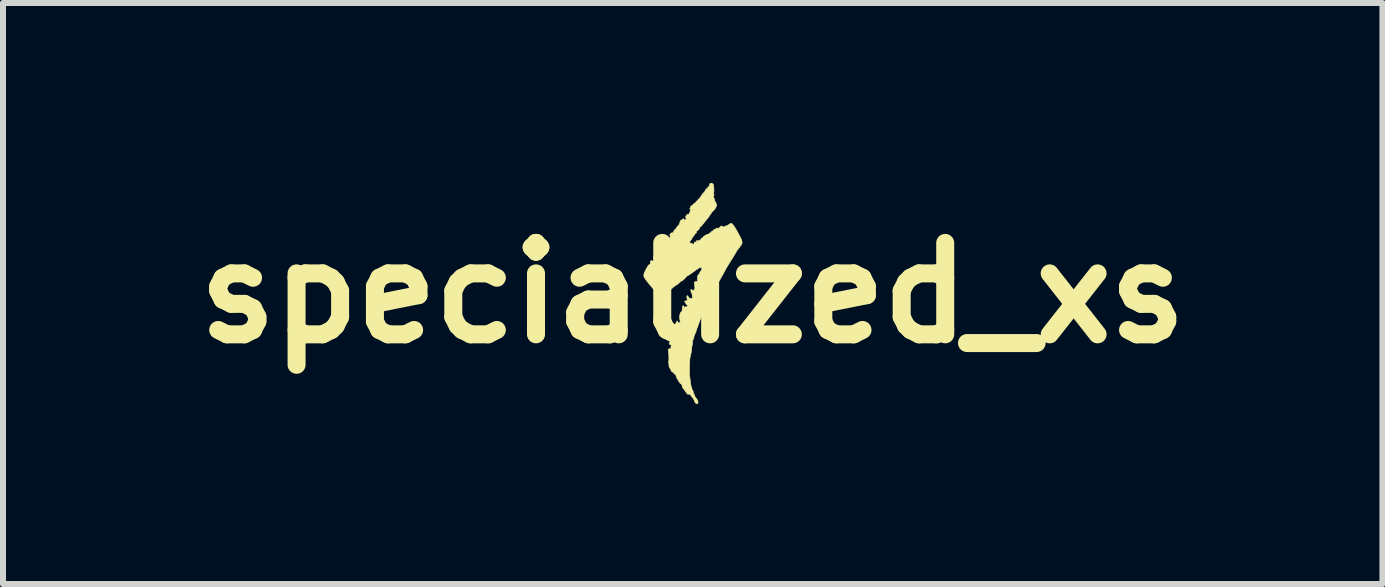
<source format=kicad_pcb>
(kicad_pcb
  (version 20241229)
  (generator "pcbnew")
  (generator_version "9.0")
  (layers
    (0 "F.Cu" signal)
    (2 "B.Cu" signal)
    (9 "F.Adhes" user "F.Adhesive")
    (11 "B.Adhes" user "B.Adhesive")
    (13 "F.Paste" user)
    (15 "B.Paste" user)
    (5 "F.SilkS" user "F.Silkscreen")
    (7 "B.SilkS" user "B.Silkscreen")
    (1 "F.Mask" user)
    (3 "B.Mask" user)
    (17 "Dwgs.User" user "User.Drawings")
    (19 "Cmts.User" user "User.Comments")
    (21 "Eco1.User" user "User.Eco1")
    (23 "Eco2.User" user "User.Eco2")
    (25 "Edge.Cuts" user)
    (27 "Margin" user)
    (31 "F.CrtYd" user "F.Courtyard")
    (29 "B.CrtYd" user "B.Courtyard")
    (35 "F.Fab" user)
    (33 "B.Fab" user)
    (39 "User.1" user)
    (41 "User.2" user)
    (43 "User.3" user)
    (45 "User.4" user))
  (footprint "specialized_xs"
    (layer "F.Cu")
    (at 8.498 1.834)
    (property "Reference" "specialized_xs" (at 0 0 0) (layer "F.SilkS") (effects (font (size 1.524 1.524) (thickness 0.3))))
    (attr through_hole)
    (fp_poly (pts (xy 0.32 -1.829) (xy 0.337 -1.818) (xy 0.346 -1.8) (xy 0.35 -1.776) (xy 0.352 -1.748) (xy 0.353 -1.72) (xy 0.353 -1.697) (xy 0.351 -1.681) (xy 0.35 -1.678) (xy 0.347 -1.661) (xy 0.351 -1.646) (xy 0.355 -1.631) (xy 0.352 -1.62) (xy 0.347 -1.614) (xy 0.34 -1.605) (xy 0.342 -1.597) (xy 0.349 -1.588) (xy 0.359 -1.571) (xy 0.362 -1.556) (xy 0.366 -1.538) (xy 0.374 -1.523) (xy 0.384 -1.507) (xy 0.393 -1.487) (xy 0.393 -1.484) (xy 0.397 -1.469) (xy 0.397 -1.457) (xy 0.392 -1.442) (xy 0.384 -1.425) (xy 0.369 -1.401) (xy 0.351 -1.378) (xy 0.342 -1.37) (xy 0.325 -1.354) (xy 0.311 -1.336) (xy 0.308 -1.329) (xy 0.3 -1.315) (xy 0.293 -1.308) (xy 0.292 -1.308) (xy 0.286 -1.304) (xy 0.286 -1.302) (xy 0.282 -1.292) (xy 0.272 -1.275) (xy 0.257 -1.255) (xy 0.24 -1.233) (xy 0.223 -1.213) (xy 0.209 -1.198) (xy 0.2 -1.186) (xy 0.197 -1.181) (xy 0.193 -1.175) (xy 0.183 -1.163) (xy 0.174 -1.152) (xy 0.159 -1.135) (xy 0.146 -1.119) (xy 0.142 -1.113) (xy 0.13 -1.102) (xy 0.119 -1.099) (xy 0.11 -1.096) (xy 0.111 -1.088) (xy 0.11 -1.074) (xy 0.101 -1.058) (xy 0.087 -1.045) (xy 0.079 -1.041) (xy 0.066 -1.031) (xy 0.063 -1.021) (xy 0.059 -1.002) (xy 0.047 -0.99) (xy 0.043 -0.989) (xy 0.033 -0.981) (xy 0.032 -0.975) (xy 0.027 -0.964) (xy 0.016 -0.951) (xy 0.013 -0.949) (xy -0.002 -0.932) (xy -0.012 -0.913) (xy -0.012 -0.912) (xy -0.022 -0.892) (xy -0.035 -0.876) (xy -0.048 -0.859) (xy -0.049 -0.843) (xy -0.041 -0.831) (xy -0.024 -0.826) (xy -0.021 -0.826) (xy -0.008 -0.823) (xy -0.003 -0.819) (xy 0.006 -0.814) (xy 0.013 -0.813) (xy 0.022 -0.816) (xy 0.025 -0.828) (xy 0.025 -0.832) (xy 0.027 -0.845) (xy 0.034 -0.85) (xy 0.041 -0.851) (xy 0.054 -0.848) (xy 0.059 -0.843) (xy 0.062 -0.843) (xy 0.063 -0.853) (xy 0.063 -0.856) (xy 0.065 -0.872) (xy 0.071 -0.876) (xy 0.081 -0.869) (xy 0.09 -0.866) (xy 0.102 -0.872) (xy 0.117 -0.88) (xy 0.128 -0.883) (xy 0.138 -0.887) (xy 0.14 -0.899) (xy 0.142 -0.91) (xy 0.152 -0.914) (xy 0.156 -0.914) (xy 0.171 -0.919) (xy 0.176 -0.927) (xy 0.182 -0.937) (xy 0.187 -0.94) (xy 0.198 -0.944) (xy 0.203 -0.949) (xy 0.215 -0.956) (xy 0.232 -0.959) (xy 0.234 -0.959) (xy 0.257 -0.962) (xy 0.27 -0.973) (xy 0.273 -0.989) (xy 0.275 -0.999) (xy 0.281 -0.999) (xy 0.284 -0.998) (xy 0.292 -0.996) (xy 0.3 -1.004) (xy 0.304 -1.012) (xy 0.316 -1.027) (xy 0.33 -1.032) (xy 0.343 -1.036) (xy 0.349 -1.048) (xy 0.356 -1.06) (xy 0.369 -1.063) (xy 0.384 -1.067) (xy 0.392 -1.074) (xy 0.401 -1.082) (xy 0.412 -1.08) (xy 0.414 -1.079) (xy 0.423 -1.076) (xy 0.432 -1.079) (xy 0.446 -1.09) (xy 0.45 -1.095) (xy 0.468 -1.11) (xy 0.479 -1.117) (xy 0.489 -1.114) (xy 0.495 -1.108) (xy 0.509 -1.099) (xy 0.525 -1.102) (xy 0.533 -1.108) (xy 0.546 -1.116) (xy 0.555 -1.118) (xy 0.564 -1.119) (xy 0.576 -1.124) (xy 0.593 -1.134) (xy 0.616 -1.15) (xy 0.619 -1.152) (xy 0.629 -1.158) (xy 0.64 -1.16) (xy 0.65 -1.157) (xy 0.662 -1.148) (xy 0.676 -1.131) (xy 0.693 -1.107) (xy 0.713 -1.075) (xy 0.738 -1.032) (xy 0.761 -0.991) (xy 0.787 -0.943) (xy 0.806 -0.904) (xy 0.818 -0.872) (xy 0.823 -0.848) (xy 0.822 -0.829) (xy 0.818 -0.818) (xy 0.804 -0.795) (xy 0.784 -0.767) (xy 0.761 -0.736) (xy 0.748 -0.72) (xy 0.735 -0.703) (xy 0.726 -0.69) (xy 0.724 -0.685) (xy 0.721 -0.677) (xy 0.712 -0.661) (xy 0.698 -0.638) (xy 0.681 -0.611) (xy 0.669 -0.591) (xy 0.629 -0.527) (xy 0.593 -0.47) (xy 0.564 -0.42) (xy 0.541 -0.38) (xy 0.524 -0.348) (xy 0.521 -0.343) (xy 0.509 -0.319) (xy 0.495 -0.294) (xy 0.488 -0.283) (xy 0.475 -0.261) (xy 0.458 -0.23) (xy 0.436 -0.19) (xy 0.411 -0.144) (xy 0.384 -0.092) (xy 0.356 -0.037) (xy 0.327 0.02) (xy 0.298 0.077) (xy 0.284 0.105) (xy 0.277 0.118) (xy 0.266 0.141) (xy 0.251 0.17) (xy 0.233 0.204) (xy 0.215 0.24) (xy 0.214 0.241) (xy 0.19 0.29) (xy 0.167 0.34) (xy 0.146 0.389) (xy 0.129 0.431) (xy 0.127 0.438) (xy 0.114 0.475) (xy 0.1 0.512) (xy 0.088 0.546) (xy 0.078 0.573) (xy 0.077 0.575) (xy 0.068 0.599) (xy 0.061 0.619) (xy 0.057 0.633) (xy 0.057 0.635) (xy 0.054 0.645) (xy 0.047 0.663) (xy 0.038 0.682) (xy 0.028 0.705) (xy 0.021 0.726) (xy 0.019 0.738) (xy 0.016 0.757) (xy 0.007 0.776) (xy 0.006 0.779) (xy -0.002 0.795) (xy -0.004 0.809) (xy -0.004 0.811) (xy -0.003 0.823) (xy -0.005 0.843) (xy -0.009 0.867) (xy -0.01 0.872) (xy -0.014 0.9) (xy -0.018 0.926) (xy -0.019 0.946) (xy -0.019 0.947) (xy -0.021 0.965) (xy -0.025 0.991) (xy -0.032 1.019) (xy -0.034 1.031) (xy -0.04 1.054) (xy -0.045 1.078) (xy -0.048 1.103) (xy -0.05 1.134) (xy -0.052 1.172) (xy -0.054 1.216) (xy -0.055 1.275) (xy -0.055 1.324) (xy -0.054 1.363) (xy -0.051 1.387) (xy -0.047 1.417) (xy -0.042 1.451) (xy -0.039 1.484) (xy -0.038 1.486) (xy -0.033 1.521) (xy -0.026 1.557) (xy -0.016 1.589) (xy -0.007 1.615) (xy 0.003 1.632) (xy 0.004 1.633) (xy 0.01 1.649) (xy 0.009 1.659) (xy 0.009 1.674) (xy 0.018 1.684) (xy 0.027 1.695) (xy 0.034 1.713) (xy 0.034 1.716) (xy 0.04 1.734) (xy 0.049 1.747) (xy 0.05 1.748) (xy 0.061 1.759) (xy 0.073 1.778) (xy 0.083 1.797) (xy 0.089 1.814) (xy 0.089 1.817) (xy 0.087 1.832) (xy 0.082 1.844) (xy 0.077 1.847) (xy 0.069 1.845) (xy 0.06 1.842) (xy 0.044 1.832) (xy 0.034 1.816) (xy 0.027 1.795) (xy 0.019 1.777) (xy 0.006 1.755) (xy -0.005 1.741) (xy -0.02 1.723) (xy -0.032 1.706) (xy -0.037 1.697) (xy -0.045 1.688) (xy -0.056 1.686) (xy -0.066 1.687) (xy -0.08 1.688) (xy -0.089 1.684) (xy -0.098 1.673) (xy -0.105 1.664) (xy -0.118 1.644) (xy -0.136 1.62) (xy -0.15 1.602) (xy -0.167 1.58) (xy -0.175 1.562) (xy -0.178 1.546) (xy -0.179 1.531) (xy -0.182 1.524) (xy -0.183 1.524) (xy -0.194 1.519) (xy -0.209 1.504) (xy -0.225 1.483) (xy -0.242 1.458) (xy -0.257 1.432) (xy -0.27 1.407) (xy -0.277 1.385) (xy -0.279 1.373) (xy -0.285 1.36) (xy -0.295 1.355) (xy -0.307 1.349) (xy -0.311 1.343) (xy -0.316 1.333) (xy -0.325 1.326) (xy -0.341 1.316) (xy -0.355 1.302) (xy -0.363 1.29) (xy -0.364 1.281) (xy -0.365 1.273) (xy -0.372 1.266) (xy -0.382 1.253) (xy -0.391 1.233) (xy -0.397 1.213) (xy -0.396 1.198) (xy -0.396 1.184) (xy -0.401 1.167) (xy -0.401 1.167) (xy -0.405 1.152) (xy -0.403 1.145) (xy -0.402 1.145) (xy -0.399 1.138) (xy -0.398 1.121) (xy -0.397 1.097) (xy -0.397 1.069) (xy -0.399 1.039) (xy -0.4 1.01) (xy -0.403 0.985) (xy -0.406 0.967) (xy -0.407 0.962) (xy -0.409 0.945) (xy -0.402 0.935) (xy -0.385 0.931) (xy -0.379 0.93) (xy -0.365 0.929) (xy -0.361 0.923) (xy -0.361 0.921) (xy -0.363 0.91) (xy -0.362 0.893) (xy -0.36 0.873) (xy -0.362 0.863) (xy -0.374 0.859) (xy -0.376 0.858) (xy -0.39 0.853) (xy -0.393 0.842) (xy -0.385 0.826) (xy -0.375 0.814) (xy -0.361 0.796) (xy -0.356 0.778) (xy -0.356 0.766) (xy -0.353 0.743) (xy -0.344 0.728) (xy -0.343 0.727) (xy -0.333 0.711) (xy -0.33 0.696) (xy -0.328 0.675) (xy -0.324 0.654) (xy -0.321 0.635) (xy -0.324 0.626) (xy -0.329 0.617) (xy -0.329 0.612) (xy -0.324 0.613) (xy -0.318 0.612) (xy -0.312 0.602) (xy -0.304 0.582) (xy -0.296 0.55) (xy -0.295 0.546) (xy -0.287 0.518) (xy -0.277 0.495) (xy -0.267 0.477) (xy -0.258 0.468) (xy -0.253 0.467) (xy -0.251 0.475) (xy -0.254 0.48) (xy -0.257 0.486) (xy -0.25 0.491) (xy -0.24 0.494) (xy -0.225 0.497) (xy -0.215 0.497) (xy -0.214 0.497) (xy -0.211 0.489) (xy -0.21 0.474) (xy -0.211 0.456) (xy -0.215 0.44) (xy -0.216 0.438) (xy -0.219 0.424) (xy -0.219 0.403) (xy -0.217 0.379) (xy -0.212 0.355) (xy -0.206 0.335) (xy -0.199 0.323) (xy -0.196 0.321) (xy -0.187 0.315) (xy -0.18 0.303) (xy -0.176 0.283) (xy -0.173 0.254) (xy -0.172 0.237) (xy -0.169 0.22) (xy -0.161 0.213) (xy -0.152 0.217) (xy -0.145 0.229) (xy -0.138 0.242) (xy -0.132 0.248) (xy -0.127 0.243) (xy -0.127 0.238) (xy -0.124 0.231) (xy -0.111 0.229) (xy -0.106 0.23) (xy -0.092 0.23) (xy -0.085 0.224) (xy -0.084 0.218) (xy -0.086 0.204) (xy -0.098 0.196) (xy -0.112 0.183) (xy -0.118 0.171) (xy -0.124 0.155) (xy -0.132 0.145) (xy -0.137 0.139) (xy -0.133 0.136) (xy -0.118 0.134) (xy -0.117 0.133) (xy -0.097 0.127) (xy -0.089 0.116) (xy -0.092 0.098) (xy -0.095 0.092) (xy -0.099 0.077) (xy -0.099 0.062) (xy -0.095 0.049) (xy -0.089 0.044) (xy -0.082 0.05) (xy -0.074 0.063) (xy -0.072 0.066) (xy -0.058 0.085) (xy -0.044 0.092) (xy -0.024 0.093) (xy -0.009 0.086) (xy -0.002 0.074) (xy -0.003 0.068) (xy -0.006 0.052) (xy -0.009 0.032) (xy -0.01 0.029) (xy -0.015 0.009) (xy -0.022 -0.007) (xy -0.023 -0.009) (xy -0.029 -0.024) (xy -0.032 -0.042) (xy -0.03 -0.056) (xy -0.028 -0.059) (xy -0.021 -0.058) (xy -0.014 -0.051) (xy -0.003 -0.04) (xy 0.01 -0.041) (xy 0.025 -0.054) (xy 0.025 -0.055) (xy 0.035 -0.073) (xy 0.036 -0.093) (xy 0.035 -0.095) (xy 0.033 -0.115) (xy 0.03 -0.14) (xy 0.029 -0.15) (xy 0.028 -0.17) (xy 0.029 -0.18) (xy 0.036 -0.186) (xy 0.045 -0.19) (xy 0.059 -0.193) (xy 0.066 -0.19) (xy 0.068 -0.187) (xy 0.073 -0.18) (xy 0.076 -0.183) (xy 0.079 -0.195) (xy 0.08 -0.213) (xy 0.079 -0.229) (xy 0.078 -0.255) (xy 0.082 -0.279) (xy 0.09 -0.298) (xy 0.099 -0.309) (xy 0.105 -0.311) (xy 0.111 -0.317) (xy 0.116 -0.331) (xy 0.117 -0.337) (xy 0.123 -0.354) (xy 0.13 -0.362) (xy 0.131 -0.362) (xy 0.14 -0.367) (xy 0.147 -0.38) (xy 0.151 -0.396) (xy 0.152 -0.412) (xy 0.149 -0.423) (xy 0.144 -0.426) (xy 0.117 -0.424) (xy 0.098 -0.413) (xy 0.084 -0.402) (xy 0.073 -0.395) (xy 0.063 -0.389) (xy 0.045 -0.377) (xy 0.023 -0.36) (xy 0.003 -0.346) (xy -0.023 -0.327) (xy -0.049 -0.31) (xy -0.07 -0.296) (xy -0.081 -0.29) (xy -0.097 -0.281) (xy -0.107 -0.274) (xy -0.108 -0.271) (xy -0.113 -0.263) (xy -0.124 -0.25) (xy -0.141 -0.234) (xy -0.159 -0.218) (xy -0.175 -0.206) (xy -0.188 -0.198) (xy -0.191 -0.197) (xy -0.202 -0.192) (xy -0.214 -0.18) (xy -0.215 -0.178) (xy -0.227 -0.167) (xy -0.246 -0.151) (xy -0.269 -0.135) (xy -0.276 -0.131) (xy -0.299 -0.115) (xy -0.319 -0.101) (xy -0.332 -0.089) (xy -0.335 -0.087) (xy -0.347 -0.075) (xy -0.364 -0.06) (xy -0.373 -0.054) (xy -0.39 -0.041) (xy -0.413 -0.024) (xy -0.438 -0.005) (xy -0.446 0.002) (xy -0.477 0.024) (xy -0.502 0.038) (xy -0.523 0.043) (xy -0.541 0.04) (xy -0.551 0.035) (xy -0.57 0.02) (xy -0.594 -0.003) (xy -0.623 -0.032) (xy -0.655 -0.066) (xy -0.687 -0.103) (xy -0.719 -0.141) (xy -0.749 -0.178) (xy -0.775 -0.212) (xy -0.796 -0.241) (xy -0.809 -0.263) (xy -0.81 -0.265) (xy -0.815 -0.282) (xy -0.815 -0.302) (xy -0.809 -0.327) (xy -0.796 -0.358) (xy -0.777 -0.398) (xy -0.774 -0.402) (xy -0.756 -0.434) (xy -0.741 -0.457) (xy -0.729 -0.47) (xy -0.723 -0.473) (xy -0.71 -0.482) (xy -0.706 -0.493) (xy -0.706 -0.506) (xy -0.704 -0.526) (xy -0.695 -0.537) (xy -0.682 -0.539) (xy -0.673 -0.535) (xy -0.66 -0.528) (xy -0.649 -0.53) (xy -0.639 -0.536) (xy -0.632 -0.543) (xy -0.633 -0.549) (xy -0.641 -0.558) (xy -0.651 -0.573) (xy -0.653 -0.59) (xy -0.648 -0.613) (xy -0.647 -0.615) (xy -0.638 -0.631) (xy -0.627 -0.642) (xy -0.615 -0.646) (xy -0.606 -0.642) (xy -0.603 -0.631) (xy -0.599 -0.624) (xy -0.595 -0.624) (xy -0.59 -0.632) (xy -0.589 -0.641) (xy -0.585 -0.656) (xy -0.569 -0.675) (xy -0.568 -0.676) (xy -0.556 -0.689) (xy -0.549 -0.7) (xy -0.547 -0.715) (xy -0.546 -0.736) (xy -0.546 -0.757) (xy -0.544 -0.769) (xy -0.539 -0.774) (xy -0.533 -0.775) (xy -0.521 -0.771) (xy -0.517 -0.765) (xy -0.511 -0.756) (xy -0.505 -0.76) (xy -0.499 -0.776) (xy -0.495 -0.791) (xy -0.487 -0.817) (xy -0.477 -0.831) (xy -0.475 -0.832) (xy -0.467 -0.841) (xy -0.466 -0.854) (xy -0.467 -0.857) (xy -0.468 -0.867) (xy -0.465 -0.875) (xy -0.456 -0.882) (xy -0.438 -0.892) (xy -0.432 -0.895) (xy -0.411 -0.905) (xy -0.393 -0.912) (xy -0.384 -0.914) (xy -0.378 -0.92) (xy -0.375 -0.932) (xy -0.375 -0.947) (xy -0.378 -0.959) (xy -0.381 -0.962) (xy -0.382 -0.969) (xy -0.375 -0.982) (xy -0.373 -0.985) (xy -0.359 -0.999) (xy -0.342 -1.003) (xy -0.339 -1.003) (xy -0.324 -1.005) (xy -0.318 -1.011) (xy -0.318 -1.022) (xy -0.313 -1.039) (xy -0.299 -1.054) (xy -0.298 -1.054) (xy -0.286 -1.064) (xy -0.28 -1.073) (xy -0.279 -1.074) (xy -0.274 -1.084) (xy -0.26 -1.103) (xy -0.237 -1.128) (xy -0.223 -1.146) (xy -0.216 -1.163) (xy -0.216 -1.166) (xy -0.212 -1.188) (xy -0.202 -1.206) (xy -0.189 -1.217) (xy -0.181 -1.219) (xy -0.168 -1.223) (xy -0.165 -1.229) (xy -0.161 -1.237) (xy -0.153 -1.237) (xy -0.145 -1.23) (xy -0.141 -1.221) (xy -0.136 -1.209) (xy -0.13 -1.208) (xy -0.124 -1.219) (xy -0.116 -1.23) (xy -0.11 -1.233) (xy -0.103 -1.236) (xy -0.105 -1.241) (xy -0.11 -1.246) (xy -0.117 -1.26) (xy -0.115 -1.277) (xy -0.107 -1.294) (xy -0.095 -1.307) (xy -0.081 -1.312) (xy -0.075 -1.311) (xy -0.066 -1.313) (xy -0.058 -1.327) (xy -0.058 -1.327) (xy -0.052 -1.34) (xy -0.046 -1.346) (xy -0.046 -1.346) (xy -0.042 -1.351) (xy -0.043 -1.362) (xy -0.043 -1.374) (xy -0.036 -1.378) (xy -0.036 -1.378) (xy -0.027 -1.381) (xy -0.027 -1.387) (xy -0.037 -1.394) (xy -0.038 -1.394) (xy -0.049 -1.4) (xy -0.048 -1.409) (xy -0.041 -1.416) (xy -0.034 -1.428) (xy -0.034 -1.436) (xy -0.031 -1.446) (xy -0.019 -1.454) (xy -0.002 -1.465) (xy 0.009 -1.477) (xy 0.019 -1.488) (xy 0.027 -1.492) (xy 0.035 -1.497) (xy 0.048 -1.509) (xy 0.063 -1.526) (xy 0.064 -1.526) (xy 0.083 -1.547) (xy 0.103 -1.569) (xy 0.116 -1.582) (xy 0.129 -1.597) (xy 0.138 -1.61) (xy 0.14 -1.615) (xy 0.144 -1.625) (xy 0.154 -1.637) (xy 0.156 -1.638) (xy 0.166 -1.651) (xy 0.171 -1.661) (xy 0.171 -1.662) (xy 0.177 -1.669) (xy 0.183 -1.67) (xy 0.193 -1.675) (xy 0.201 -1.692) (xy 0.202 -1.695) (xy 0.215 -1.72) (xy 0.231 -1.736) (xy 0.246 -1.749) (xy 0.256 -1.763) (xy 0.257 -1.766) (xy 0.264 -1.775) (xy 0.27 -1.776) (xy 0.276 -1.777) (xy 0.28 -1.789) (xy 0.281 -1.799) (xy 0.283 -1.816) (xy 0.289 -1.825) (xy 0.298 -1.829) (xy 0.32 -1.829)) (stroke (width 0.01) (type solid)) (fill yes) (layer "F.SilkS")))
  (gr_rect
    (start -3 -3)
    (end 19.996 6.686)
    (stroke (width 0.1) (type default))
    (fill no)
    (layer "Edge.Cuts")))
</source>
